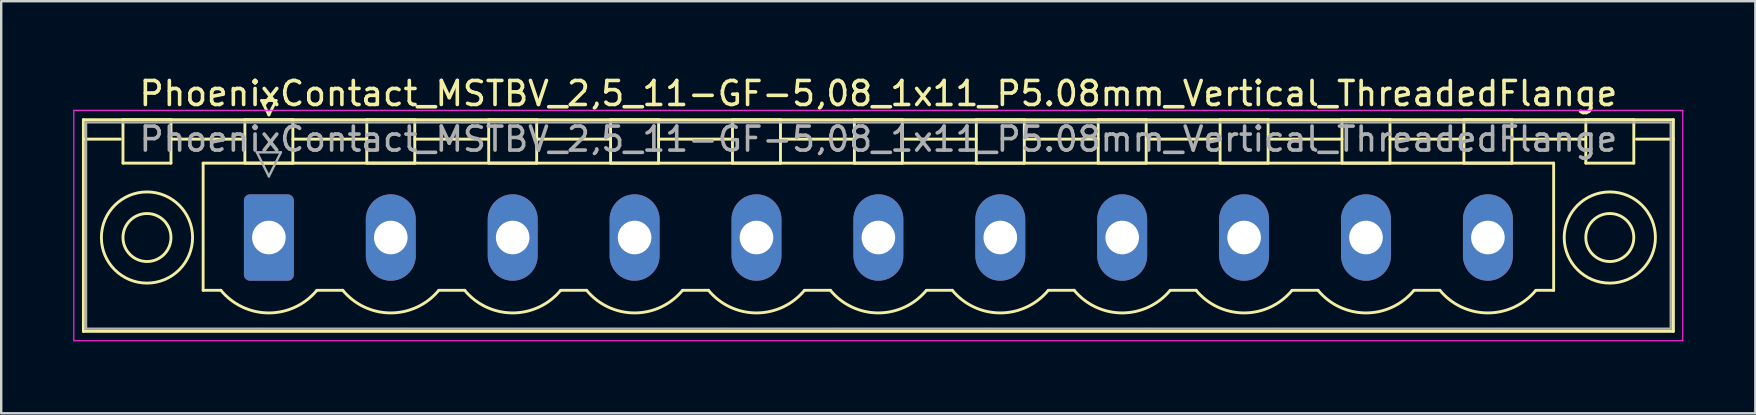
<source format=kicad_pcb>
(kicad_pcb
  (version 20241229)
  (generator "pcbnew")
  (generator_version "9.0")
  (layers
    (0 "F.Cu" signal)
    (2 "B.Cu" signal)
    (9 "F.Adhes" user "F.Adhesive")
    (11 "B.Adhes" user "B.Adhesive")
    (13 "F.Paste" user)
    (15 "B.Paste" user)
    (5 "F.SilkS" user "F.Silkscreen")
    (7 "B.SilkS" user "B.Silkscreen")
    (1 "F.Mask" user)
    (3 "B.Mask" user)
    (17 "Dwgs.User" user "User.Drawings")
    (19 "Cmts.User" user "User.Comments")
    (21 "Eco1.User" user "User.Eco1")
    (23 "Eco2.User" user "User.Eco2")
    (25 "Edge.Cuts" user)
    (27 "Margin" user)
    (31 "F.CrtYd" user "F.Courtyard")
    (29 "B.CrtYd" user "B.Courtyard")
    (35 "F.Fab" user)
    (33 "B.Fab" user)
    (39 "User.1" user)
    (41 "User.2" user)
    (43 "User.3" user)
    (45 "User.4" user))
  (footprint "PhoenixContact_MSTBV_2,5_11-GF-5,08_1x11_P5.08mm_Vertical_ThreadedFlange"
    (layer "F.Cu")
    (at 8.155 6.848)
    (property "Reference" "PhoenixContact_MSTBV_2,5_11-GF-5,08_1x11_P5.08mm_Vertical_ThreadedFlange" (at 25.4 -6 0) (layer "F.SilkS") (effects (font (size 1 1) (thickness 0.15))))
    (attr through_hole)
    (fp_line (start -7.73 -4.91) (end -7.73 3.91) (stroke (width 0.12) (type solid)) (layer "F.SilkS"))
    (fp_line (start -7.73 -4.1) (end -6.19 -4.1) (stroke (width 0.12) (type solid)) (layer "F.SilkS"))
    (fp_line (start -7.73 3.91) (end 58.53 3.91) (stroke (width 0.12) (type solid)) (layer "F.SilkS"))
    (fp_line (start -6.08 -4.91) (end -4.08 -4.91) (stroke (width 0.12) (type solid)) (layer "F.SilkS"))
    (fp_line (start -6.08 -3.1) (end -6.08 -4.91) (stroke (width 0.12) (type solid)) (layer "F.SilkS"))
    (fp_line (start -4.08 -4.91) (end -4.08 -3.1) (stroke (width 0.12) (type solid)) (layer "F.SilkS"))
    (fp_line (start -4.08 -4.1) (end -1 -4.1) (stroke (width 0.12) (type solid)) (layer "F.SilkS"))
    (fp_line (start -4.08 -3.1) (end -6.08 -3.1) (stroke (width 0.12) (type solid)) (layer "F.SilkS"))
    (fp_line (start -2.74 -3.1) (end 53.54 -3.1) (stroke (width 0.12) (type solid)) (layer "F.SilkS"))
    (fp_line (start -2.74 2.2) (end -2.74 -3.1) (stroke (width 0.12) (type solid)) (layer "F.SilkS"))
    (fp_line (start -2 2.2) (end -2.74 2.2) (stroke (width 0.12) (type solid)) (layer "F.SilkS"))
    (fp_line (start -1 -4.91) (end 1 -4.91) (stroke (width 0.12) (type solid)) (layer "F.SilkS"))
    (fp_line (start -1 -3.1) (end -1 -4.91) (stroke (width 0.12) (type solid)) (layer "F.SilkS"))
    (fp_line (start -0.3 -5.71) (end 0.3 -5.71) (stroke (width 0.12) (type solid)) (layer "F.SilkS"))
    (fp_line (start 0 -5.11) (end -0.3 -5.71) (stroke (width 0.12) (type solid)) (layer "F.SilkS"))
    (fp_line (start 0.3 -5.71) (end 0 -5.11) (stroke (width 0.12) (type solid)) (layer "F.SilkS"))
    (fp_line (start 1 -4.91) (end 1 -3.1) (stroke (width 0.12) (type solid)) (layer "F.SilkS"))
    (fp_line (start 1 -4.1) (end 4.08 -4.1) (stroke (width 0.12) (type solid)) (layer "F.SilkS"))
    (fp_line (start 1 -3.1) (end -1 -3.1) (stroke (width 0.12) (type solid)) (layer "F.SilkS"))
    (fp_line (start 2 2.2) (end 3.08 2.2) (stroke (width 0.12) (type solid)) (layer "F.SilkS"))
    (fp_line (start 4.08 -4.91) (end 6.08 -4.91) (stroke (width 0.12) (type solid)) (layer "F.SilkS"))
    (fp_line (start 4.08 -3.1) (end 4.08 -4.91) (stroke (width 0.12) (type solid)) (layer "F.SilkS"))
    (fp_line (start 6.08 -4.91) (end 6.08 -3.1) (stroke (width 0.12) (type solid)) (layer "F.SilkS"))
    (fp_line (start 6.08 -4.1) (end 9.16 -4.1) (stroke (width 0.12) (type solid)) (layer "F.SilkS"))
    (fp_line (start 6.08 -3.1) (end 4.08 -3.1) (stroke (width 0.12) (type solid)) (layer "F.SilkS"))
    (fp_line (start 7.08 2.2) (end 8.16 2.2) (stroke (width 0.12) (type solid)) (layer "F.SilkS"))
    (fp_line (start 9.16 -4.91) (end 11.16 -4.91) (stroke (width 0.12) (type solid)) (layer "F.SilkS"))
    (fp_line (start 9.16 -3.1) (end 9.16 -4.91) (stroke (width 0.12) (type solid)) (layer "F.SilkS"))
    (fp_line (start 11.16 -4.91) (end 11.16 -3.1) (stroke (width 0.12) (type solid)) (layer "F.SilkS"))
    (fp_line (start 11.16 -4.1) (end 14.24 -4.1) (stroke (width 0.12) (type solid)) (layer "F.SilkS"))
    (fp_line (start 11.16 -3.1) (end 9.16 -3.1) (stroke (width 0.12) (type solid)) (layer "F.SilkS"))
    (fp_line (start 12.16 2.2) (end 13.24 2.2) (stroke (width 0.12) (type solid)) (layer "F.SilkS"))
    (fp_line (start 14.24 -4.91) (end 16.24 -4.91) (stroke (width 0.12) (type solid)) (layer "F.SilkS"))
    (fp_line (start 14.24 -3.1) (end 14.24 -4.91) (stroke (width 0.12) (type solid)) (layer "F.SilkS"))
    (fp_line (start 16.24 -4.91) (end 16.24 -3.1) (stroke (width 0.12) (type solid)) (layer "F.SilkS"))
    (fp_line (start 16.24 -4.1) (end 19.32 -4.1) (stroke (width 0.12) (type solid)) (layer "F.SilkS"))
    (fp_line (start 16.24 -3.1) (end 14.24 -3.1) (stroke (width 0.12) (type solid)) (layer "F.SilkS"))
    (fp_line (start 17.24 2.2) (end 18.32 2.2) (stroke (width 0.12) (type solid)) (layer "F.SilkS"))
    (fp_line (start 19.32 -4.91) (end 21.32 -4.91) (stroke (width 0.12) (type solid)) (layer "F.SilkS"))
    (fp_line (start 19.32 -3.1) (end 19.32 -4.91) (stroke (width 0.12) (type solid)) (layer "F.SilkS"))
    (fp_line (start 21.32 -4.91) (end 21.32 -3.1) (stroke (width 0.12) (type solid)) (layer "F.SilkS"))
    (fp_line (start 21.32 -4.1) (end 24.4 -4.1) (stroke (width 0.12) (type solid)) (layer "F.SilkS"))
    (fp_line (start 21.32 -3.1) (end 19.32 -3.1) (stroke (width 0.12) (type solid)) (layer "F.SilkS"))
    (fp_line (start 22.32 2.2) (end 23.4 2.2) (stroke (width 0.12) (type solid)) (layer "F.SilkS"))
    (fp_line (start 24.4 -4.91) (end 26.4 -4.91) (stroke (width 0.12) (type solid)) (layer "F.SilkS"))
    (fp_line (start 24.4 -3.1) (end 24.4 -4.91) (stroke (width 0.12) (type solid)) (layer "F.SilkS"))
    (fp_line (start 26.4 -4.91) (end 26.4 -3.1) (stroke (width 0.12) (type solid)) (layer "F.SilkS"))
    (fp_line (start 26.4 -4.1) (end 29.48 -4.1) (stroke (width 0.12) (type solid)) (layer "F.SilkS"))
    (fp_line (start 26.4 -3.1) (end 24.4 -3.1) (stroke (width 0.12) (type solid)) (layer "F.SilkS"))
    (fp_line (start 27.4 2.2) (end 28.48 2.2) (stroke (width 0.12) (type solid)) (layer "F.SilkS"))
    (fp_line (start 29.48 -4.91) (end 31.48 -4.91) (stroke (width 0.12) (type solid)) (layer "F.SilkS"))
    (fp_line (start 29.48 -3.1) (end 29.48 -4.91) (stroke (width 0.12) (type solid)) (layer "F.SilkS"))
    (fp_line (start 31.48 -4.91) (end 31.48 -3.1) (stroke (width 0.12) (type solid)) (layer "F.SilkS"))
    (fp_line (start 31.48 -4.1) (end 34.56 -4.1) (stroke (width 0.12) (type solid)) (layer "F.SilkS"))
    (fp_line (start 31.48 -3.1) (end 29.48 -3.1) (stroke (width 0.12) (type solid)) (layer "F.SilkS"))
    (fp_line (start 32.48 2.2) (end 33.56 2.2) (stroke (width 0.12) (type solid)) (layer "F.SilkS"))
    (fp_line (start 34.56 -4.91) (end 36.56 -4.91) (stroke (width 0.12) (type solid)) (layer "F.SilkS"))
    (fp_line (start 34.56 -3.1) (end 34.56 -4.91) (stroke (width 0.12) (type solid)) (layer "F.SilkS"))
    (fp_line (start 36.56 -4.91) (end 36.56 -3.1) (stroke (width 0.12) (type solid)) (layer "F.SilkS"))
    (fp_line (start 36.56 -4.1) (end 39.64 -4.1) (stroke (width 0.12) (type solid)) (layer "F.SilkS"))
    (fp_line (start 36.56 -3.1) (end 34.56 -3.1) (stroke (width 0.12) (type solid)) (layer "F.SilkS"))
    (fp_line (start 37.56 2.2) (end 38.64 2.2) (stroke (width 0.12) (type solid)) (layer "F.SilkS"))
    (fp_line (start 39.64 -4.91) (end 41.64 -4.91) (stroke (width 0.12) (type solid)) (layer "F.SilkS"))
    (fp_line (start 39.64 -3.1) (end 39.64 -4.91) (stroke (width 0.12) (type solid)) (layer "F.SilkS"))
    (fp_line (start 41.64 -4.91) (end 41.64 -3.1) (stroke (width 0.12) (type solid)) (layer "F.SilkS"))
    (fp_line (start 41.64 -4.1) (end 44.72 -4.1) (stroke (width 0.12) (type solid)) (layer "F.SilkS"))
    (fp_line (start 41.64 -3.1) (end 39.64 -3.1) (stroke (width 0.12) (type solid)) (layer "F.SilkS"))
    (fp_line (start 42.64 2.2) (end 43.72 2.2) (stroke (width 0.12) (type solid)) (layer "F.SilkS"))
    (fp_line (start 44.72 -4.91) (end 46.72 -4.91) (stroke (width 0.12) (type solid)) (layer "F.SilkS"))
    (fp_line (start 44.72 -3.1) (end 44.72 -4.91) (stroke (width 0.12) (type solid)) (layer "F.SilkS"))
    (fp_line (start 46.72 -4.91) (end 46.72 -3.1) (stroke (width 0.12) (type solid)) (layer "F.SilkS"))
    (fp_line (start 46.72 -4.1) (end 49.8 -4.1) (stroke (width 0.12) (type solid)) (layer "F.SilkS"))
    (fp_line (start 46.72 -3.1) (end 44.72 -3.1) (stroke (width 0.12) (type solid)) (layer "F.SilkS"))
    (fp_line (start 47.72 2.2) (end 48.8 2.2) (stroke (width 0.12) (type solid)) (layer "F.SilkS"))
    (fp_line (start 49.8 -4.91) (end 51.8 -4.91) (stroke (width 0.12) (type solid)) (layer "F.SilkS"))
    (fp_line (start 49.8 -3.1) (end 49.8 -4.91) (stroke (width 0.12) (type solid)) (layer "F.SilkS"))
    (fp_line (start 51.8 -4.91) (end 51.8 -3.1) (stroke (width 0.12) (type solid)) (layer "F.SilkS"))
    (fp_line (start 51.8 -4.1) (end 54.88 -4.1) (stroke (width 0.12) (type solid)) (layer "F.SilkS"))
    (fp_line (start 51.8 -3.1) (end 49.8 -3.1) (stroke (width 0.12) (type solid)) (layer "F.SilkS"))
    (fp_line (start 53.54 -3.1) (end 53.54 2.2) (stroke (width 0.12) (type solid)) (layer "F.SilkS"))
    (fp_line (start 53.54 2.2) (end 52.8 2.2) (stroke (width 0.12) (type solid)) (layer "F.SilkS"))
    (fp_line (start 54.88 -4.91) (end 56.88 -4.91) (stroke (width 0.12) (type solid)) (layer "F.SilkS"))
    (fp_line (start 54.88 -3.1) (end 54.88 -4.91) (stroke (width 0.12) (type solid)) (layer "F.SilkS"))
    (fp_line (start 56.88 -4.91) (end 56.88 -3.1) (stroke (width 0.12) (type solid)) (layer "F.SilkS"))
    (fp_line (start 56.88 -3.1) (end 54.88 -3.1) (stroke (width 0.12) (type solid)) (layer "F.SilkS"))
    (fp_line (start 58.53 -4.91) (end -7.73 -4.91) (stroke (width 0.12) (type solid)) (layer "F.SilkS"))
    (fp_line (start 58.53 -4.1) (end 56.99 -4.1) (stroke (width 0.12) (type solid)) (layer "F.SilkS"))
    (fp_line (start 58.53 3.91) (end 58.53 -4.91) (stroke (width 0.12) (type solid)) (layer "F.SilkS"))
    (fp_arc (start 1.986842 2.215821) (mid -0.010289 3.142758) (end -2 2.2) (stroke (width 0.12) (type solid)) (layer "F.SilkS"))
    (fp_arc (start 7.066842 2.215821) (mid 5.069711 3.142758) (end 3.08 2.2) (stroke (width 0.12) (type solid)) (layer "F.SilkS"))
    (fp_arc (start 12.146842 2.215821) (mid 10.149711 3.142758) (end 8.16 2.2) (stroke (width 0.12) (type solid)) (layer "F.SilkS"))
    (fp_arc (start 17.226842 2.215821) (mid 15.229711 3.142758) (end 13.24 2.2) (stroke (width 0.12) (type solid)) (layer "F.SilkS"))
    (fp_arc (start 22.306842 2.215821) (mid 20.309711 3.142758) (end 18.32 2.2) (stroke (width 0.12) (type solid)) (layer "F.SilkS"))
    (fp_arc (start 27.386842 2.215821) (mid 25.389711 3.142758) (end 23.4 2.2) (stroke (width 0.12) (type solid)) (layer "F.SilkS"))
    (fp_arc (start 32.466842 2.215821) (mid 30.469711 3.142758) (end 28.48 2.2) (stroke (width 0.12) (type solid)) (layer "F.SilkS"))
    (fp_arc (start 37.546842 2.215821) (mid 35.549711 3.142758) (end 33.56 2.2) (stroke (width 0.12) (type solid)) (layer "F.SilkS"))
    (fp_arc (start 42.626842 2.215821) (mid 40.629711 3.142758) (end 38.64 2.2) (stroke (width 0.12) (type solid)) (layer "F.SilkS"))
    (fp_arc (start 47.706842 2.215821) (mid 45.709711 3.142758) (end 43.72 2.2) (stroke (width 0.12) (type solid)) (layer "F.SilkS"))
    (fp_arc (start 52.786842 2.215821) (mid 50.789711 3.142758) (end 48.8 2.2) (stroke (width 0.12) (type solid)) (layer "F.SilkS"))
    (fp_circle (center -5.08 0) (end -4.08 0) (stroke (width 0.12) (type solid)) (fill no) (layer "F.SilkS"))
    (fp_circle (center -5.08 0) (end -3.18 0) (stroke (width 0.12) (type solid)) (fill no) (layer "F.SilkS"))
    (fp_circle (center 55.88 0) (end 56.88 0) (stroke (width 0.12) (type solid)) (fill no) (layer "F.SilkS"))
    (fp_circle (center 55.88 0) (end 57.78 0) (stroke (width 0.12) (type solid)) (fill no) (layer "F.SilkS"))
    (fp_line (start -8.13 -5.3) (end -8.13 4.3) (stroke (width 0.05) (type solid)) (layer "F.CrtYd"))
    (fp_line (start -8.13 4.3) (end 58.92 4.3) (stroke (width 0.05) (type solid)) (layer "F.CrtYd"))
    (fp_line (start 58.92 -5.3) (end -8.13 -5.3) (stroke (width 0.05) (type solid)) (layer "F.CrtYd"))
    (fp_line (start 58.92 4.3) (end 58.92 -5.3) (stroke (width 0.05) (type solid)) (layer "F.CrtYd"))
    (fp_line (start -7.62 -4.8) (end -7.62 3.8) (stroke (width 0.1) (type solid)) (layer "F.Fab"))
    (fp_line (start -7.62 3.8) (end 58.42 3.8) (stroke (width 0.1) (type solid)) (layer "F.Fab"))
    (fp_line (start -0.5 -3.55) (end 0.5 -3.55) (stroke (width 0.1) (type solid)) (layer "F.Fab"))
    (fp_line (start 0 -2.55) (end -0.5 -3.55) (stroke (width 0.1) (type solid)) (layer "F.Fab"))
    (fp_line (start 0.5 -3.55) (end 0 -2.55) (stroke (width 0.1) (type solid)) (layer "F.Fab"))
    (fp_line (start 58.42 -4.8) (end -7.62 -4.8) (stroke (width 0.1) (type solid)) (layer "F.Fab"))
    (fp_line (start 58.42 3.8) (end 58.42 -4.8) (stroke (width 0.1) (type solid)) (layer "F.Fab"))
    (fp_text user "${REFERENCE}" (at 25.4 -4.1 0) (layer "F.Fab") (effects (font (size 1 1) (thickness 0.15))))
    (pad "1" thru_hole roundrect (at 0 0) (size 2.08 3.6) (drill 1.4) (layers "*.Cu" "*.Mask") (roundrect_rratio 0.12))
    (pad "2" thru_hole oval (at 5.08 0) (size 2.08 3.6) (drill 1.4) (layers "*.Cu" "*.Mask"))
    (pad "3" thru_hole oval (at 10.16 0) (size 2.08 3.6) (drill 1.4) (layers "*.Cu" "*.Mask"))
    (pad "4" thru_hole oval (at 15.24 0) (size 2.08 3.6) (drill 1.4) (layers "*.Cu" "*.Mask"))
    (pad "5" thru_hole oval (at 20.32 0) (size 2.08 3.6) (drill 1.4) (layers "*.Cu" "*.Mask"))
    (pad "6" thru_hole oval (at 25.4 0) (size 2.08 3.6) (drill 1.4) (layers "*.Cu" "*.Mask"))
    (pad "7" thru_hole oval (at 30.48 0) (size 2.08 3.6) (drill 1.4) (layers "*.Cu" "*.Mask"))
    (pad "8" thru_hole oval (at 35.56 0) (size 2.08 3.6) (drill 1.4) (layers "*.Cu" "*.Mask"))
    (pad "9" thru_hole oval (at 40.64 0) (size 2.08 3.6) (drill 1.4) (layers "*.Cu" "*.Mask"))
    (pad "10" thru_hole oval (at 45.72 0) (size 2.08 3.6) (drill 1.4) (layers "*.Cu" "*.Mask"))
    (pad "11" thru_hole oval (at 50.8 0) (size 2.08 3.6) (drill 1.4) (layers "*.Cu" "*.Mask")))
  (gr_rect
    (start -3 -3)
    (end 70.1 14.173)
    (stroke (width 0.1) (type default))
    (fill no)
    (layer "Edge.Cuts")))
</source>
